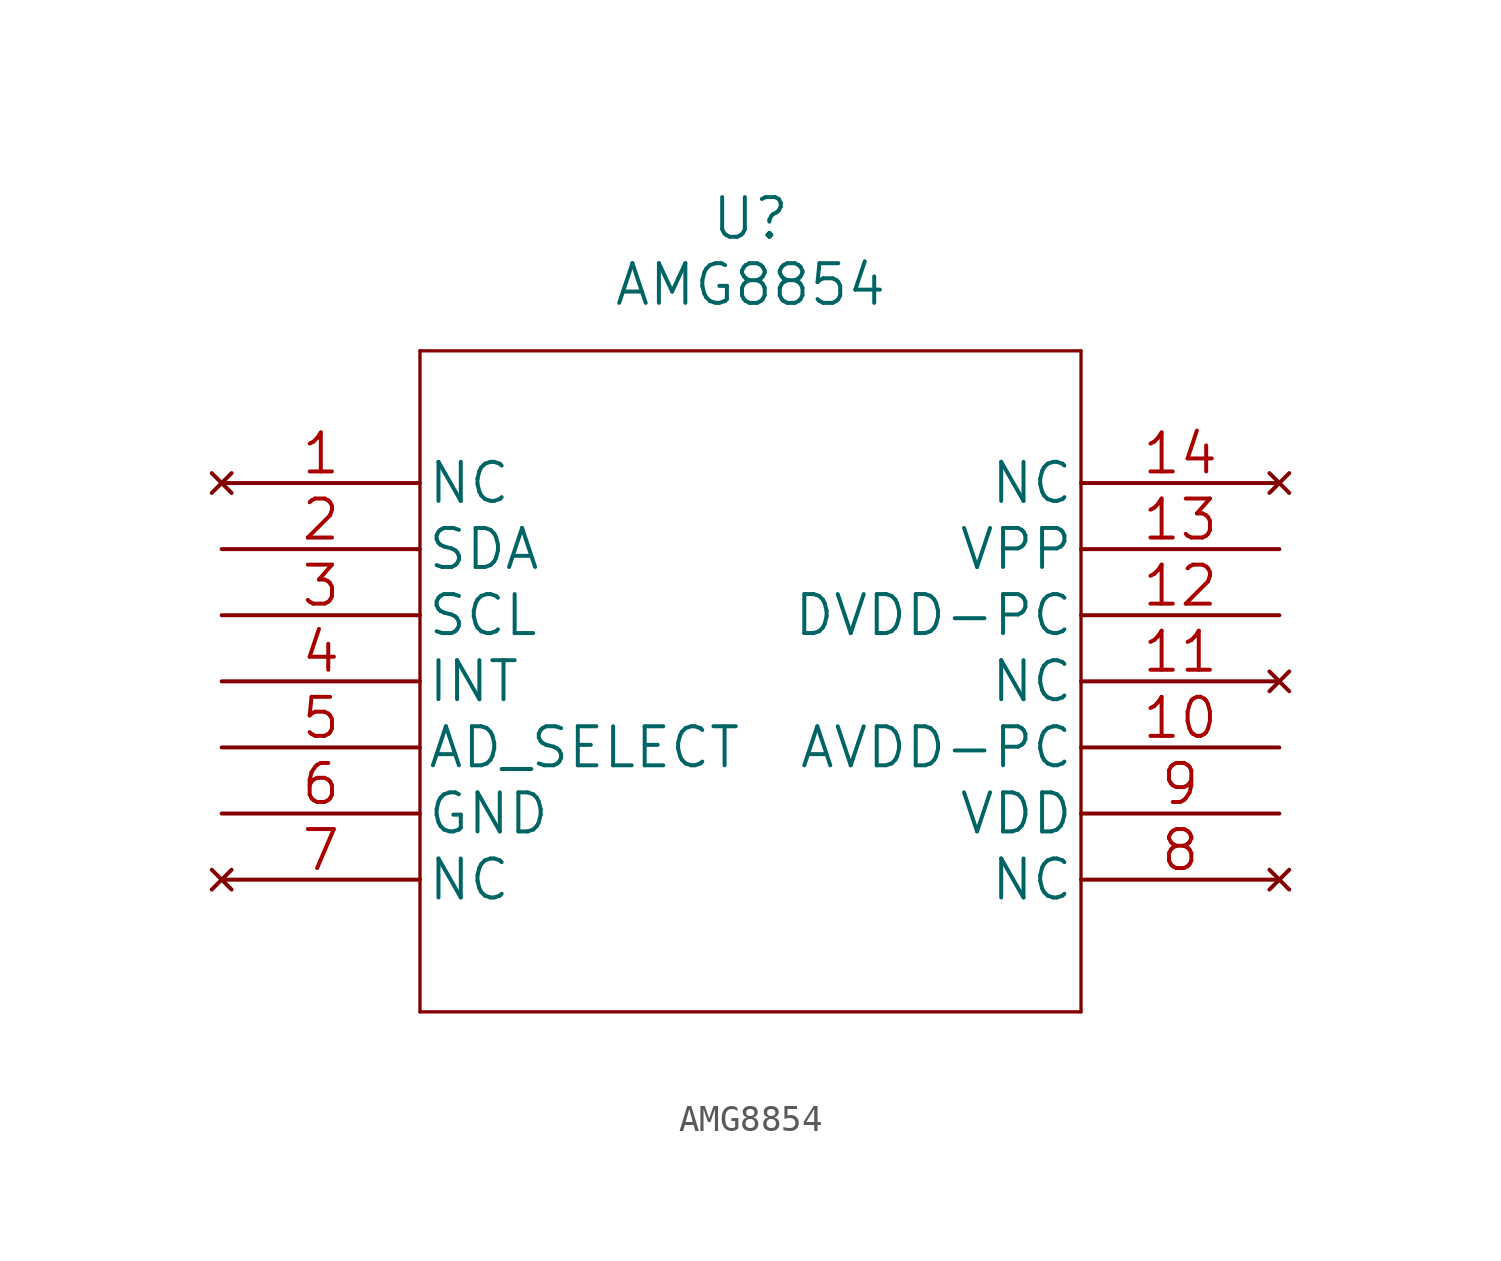
<source format=kicad_sym>
(kicad_symbol_lib
  (version 20220914)
  (generator kicad_symbol_editor)
  (symbol "AMG8854"
    (pin_names
      (offset 0.254))
    (property "Reference" "U"
      (at 20.32 10.16 0)
      (effects (font (size 1.524 1.524))))
    (property "Value" "AMG8854"
      (at 20.32 7.62 0)
      (effects (font (size 1.524 1.524))))
    (property "Datasheet" ""
      (at 0 0 0)
      (effects (font (size 1.524 1.524))))
    (property "ki_locked" ""
      (at 0 0 0)
      (effects (font (size 1.27 1.27))))
    (symbol "AMG8854_1_1"
      (polyline (pts (xy 7.62 -20.32) (xy 33.02 -20.32)) (stroke (width 0.127) (type solid)) (fill (type none)))
      (polyline (pts (xy 7.62 5.08) (xy 7.62 -20.32)) (stroke (width 0.127) (type solid)) (fill (type none)))
      (polyline (pts (xy 33.02 -20.32) (xy 33.02 5.08)) (stroke (width 0.127) (type solid)) (fill (type none)))
      (polyline (pts (xy 33.02 5.08) (xy 7.62 5.08)) (stroke (width 0.127) (type solid)) (fill (type none)))
      (pin no_connect line (at 0 0 0) (length 7.62) (name "NC" (effects (font (size 1.499 1.499)))) (number "1" (effects (font (size 1.499 1.499)))))
      (pin power_in line (at 40.64 -10.16 180) (length 7.62) (name "AVDD-PC" (effects (font (size 1.499 1.499)))) (number "10" (effects (font (size 1.499 1.499)))))
      (pin no_connect line (at 40.64 -7.62 180) (length 7.62) (name "NC" (effects (font (size 1.499 1.499)))) (number "11" (effects (font (size 1.499 1.499)))))
      (pin power_in line (at 40.64 -5.08 180) (length 7.62) (name "DVDD-PC" (effects (font (size 1.499 1.499)))) (number "12" (effects (font (size 1.499 1.499)))))
      (pin power_in line (at 40.64 -2.54 180) (length 7.62) (name "VPP" (effects (font (size 1.499 1.499)))) (number "13" (effects (font (size 1.499 1.499)))))
      (pin no_connect line (at 40.64 0 180) (length 7.62) (name "NC" (effects (font (size 1.499 1.499)))) (number "14" (effects (font (size 1.499 1.499)))))
      (pin unspecified line (at 0 -2.54 0) (length 7.62) (name "SDA" (effects (font (size 1.499 1.499)))) (number "2" (effects (font (size 1.499 1.499)))))
      (pin unspecified line (at 0 -5.08 0) (length 7.62) (name "SCL" (effects (font (size 1.499 1.499)))) (number "3" (effects (font (size 1.499 1.499)))))
      (pin unspecified line (at 0 -7.62 0) (length 7.62) (name "INT" (effects (font (size 1.499 1.499)))) (number "4" (effects (font (size 1.499 1.499)))))
      (pin unspecified line (at 0 -10.16 0) (length 7.62) (name "AD_SELECT" (effects (font (size 1.499 1.499)))) (number "5" (effects (font (size 1.499 1.499)))))
      (pin power_in line (at 0 -12.7 0) (length 7.62) (name "GND" (effects (font (size 1.499 1.499)))) (number "6" (effects (font (size 1.499 1.499)))))
      (pin no_connect line (at 0 -15.24 0) (length 7.62) (name "NC" (effects (font (size 1.499 1.499)))) (number "7" (effects (font (size 1.499 1.499)))))
      (pin no_connect line (at 40.64 -15.24 180) (length 7.62) (name "NC" (effects (font (size 1.499 1.499)))) (number "8" (effects (font (size 1.499 1.499)))))
      (pin power_in line (at 40.64 -12.7 180) (length 7.62) (name "VDD" (effects (font (size 1.499 1.499)))) (number "9" (effects (font (size 1.499 1.499))))))))
</source>
